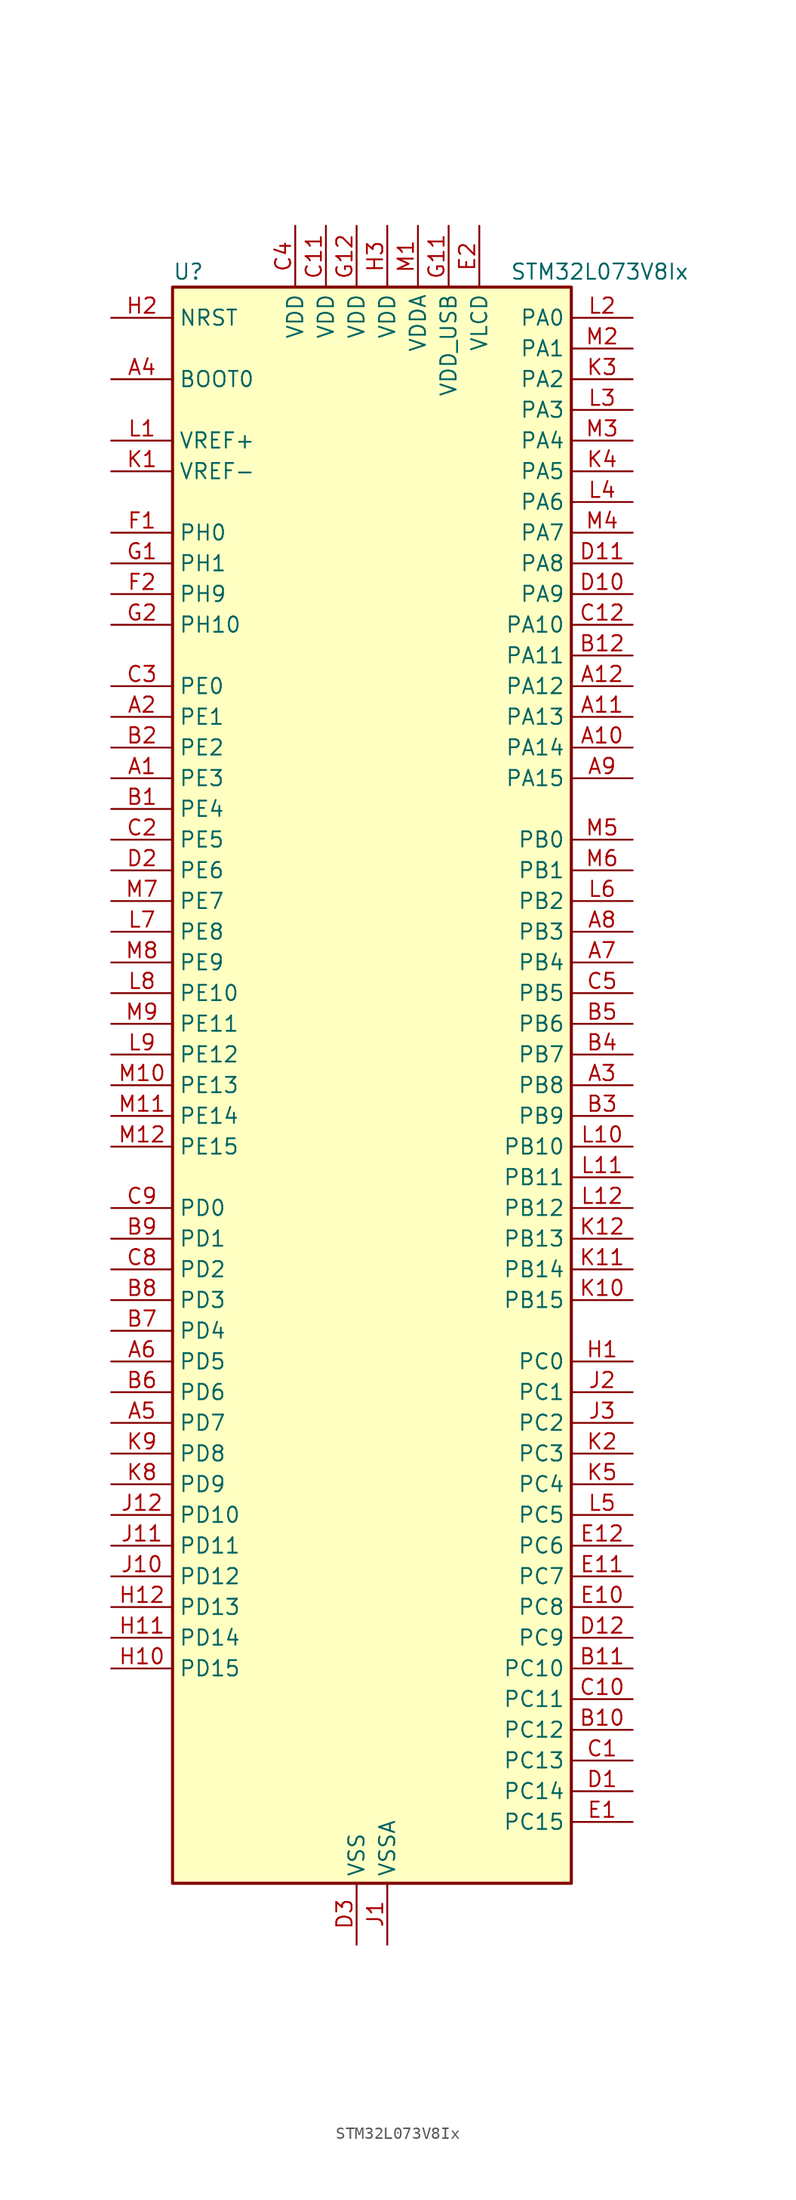
<source format=kicad_sym>
(kicad_symbol_lib
  (version 20231120)
  (generator "kicad_symbol_editor")
  (generator_version "8.0")
  (symbol "STM32L073V8Ix"
    (property "Reference" "U"
      (at -15.24 67.31 0)
      (effects (font (size 1.27 1.27)) (justify left)))
    (property "Value" "STM32L073V8Ix"
      (at 12.7 67.31 0)
      (effects (font (size 1.27 1.27)) (justify left)))
    (property "ki_locked" ""
      (at 0 0 0)
      (effects (font (size 1.27 1.27))))
    (symbol "STM32L073V8Ix_0_1"
      (rectangle (start -15.24 -66.04) (end 17.78 66.04) (stroke (width 0.254) (type default)) (fill (type background))))
    (symbol "STM32L073V8Ix_1_1"
      (pin bidirectional line (at -20.32 25.4 0) (length 5.08) (name "PE3" (effects (font (size 1.27 1.27)))) (number "A1" (effects (font (size 1.27 1.27)))) (alternate "LCD_SEG39" bidirectional line) (alternate "TIM22_CH1" bidirectional line) (alternate "TIM3_CH1" bidirectional line))
      (pin bidirectional line (at 22.86 27.94 180) (length 5.08) (name "PA14" (effects (font (size 1.27 1.27)))) (number "A10" (effects (font (size 1.27 1.27)))) (alternate "LPUART1_TX" bidirectional line) (alternate "SYS_SWCLK" bidirectional line) (alternate "USART2_TX" bidirectional line))
      (pin bidirectional line (at 22.86 30.48 180) (length 5.08) (name "PA13" (effects (font (size 1.27 1.27)))) (number "A11" (effects (font (size 1.27 1.27)))) (alternate "LPUART1_RX" bidirectional line) (alternate "SYS_SWDIO" bidirectional line) (alternate "USB_NOE" bidirectional line))
      (pin bidirectional line (at 22.86 33.02 180) (length 5.08) (name "PA12" (effects (font (size 1.27 1.27)))) (number "A12" (effects (font (size 1.27 1.27)))) (alternate "COMP2_OUT" bidirectional line) (alternate "SPI1_MOSI" bidirectional line) (alternate "TSC_G4_IO4" bidirectional line) (alternate "USART1_DE" bidirectional line) (alternate "USART1_RTS" bidirectional line) (alternate "USB_DP" bidirectional line))
      (pin bidirectional line (at -20.32 30.48 0) (length 5.08) (name "PE1" (effects (font (size 1.27 1.27)))) (number "A2" (effects (font (size 1.27 1.27)))) (alternate "LCD_SEG37" bidirectional line))
      (pin bidirectional line (at 22.86 0 180) (length 5.08) (name "PB8" (effects (font (size 1.27 1.27)))) (number "A3" (effects (font (size 1.27 1.27)))) (alternate "I2C1_SCL" bidirectional line) (alternate "LCD_SEG16" bidirectional line) (alternate "TSC_SYNC" bidirectional line))
      (pin input line (at -20.32 58.42 0) (length 5.08) (name "BOOT0" (effects (font (size 1.27 1.27)))) (number "A4" (effects (font (size 1.27 1.27)))))
      (pin bidirectional line (at -20.32 -27.94 0) (length 5.08) (name "PD7" (effects (font (size 1.27 1.27)))) (number "A5" (effects (font (size 1.27 1.27)))) (alternate "TIM21_CH2" bidirectional line) (alternate "USART2_CK" bidirectional line))
      (pin bidirectional line (at -20.32 -22.86 0) (length 5.08) (name "PD5" (effects (font (size 1.27 1.27)))) (number "A6" (effects (font (size 1.27 1.27)))) (alternate "USART2_TX" bidirectional line))
      (pin bidirectional line (at 22.86 10.16 180) (length 5.08) (name "PB4" (effects (font (size 1.27 1.27)))) (number "A7" (effects (font (size 1.27 1.27)))) (alternate "COMP2_INP" bidirectional line) (alternate "I2C3_SDA" bidirectional line) (alternate "LCD_SEG8" bidirectional line) (alternate "SPI1_MISO" bidirectional line) (alternate "TIM22_CH1" bidirectional line) (alternate "TIM3_CH1" bidirectional line) (alternate "TSC_G5_IO2" bidirectional line) (alternate "USART1_CTS" bidirectional line) (alternate "USART5_RX" bidirectional line))
      (pin bidirectional line (at 22.86 12.7 180) (length 5.08) (name "PB3" (effects (font (size 1.27 1.27)))) (number "A8" (effects (font (size 1.27 1.27)))) (alternate "COMP2_INM" bidirectional line) (alternate "LCD_SEG7" bidirectional line) (alternate "SPI1_SCK" bidirectional line) (alternate "TIM2_CH2" bidirectional line) (alternate "TSC_G5_IO1" bidirectional line) (alternate "USART1_DE" bidirectional line) (alternate "USART1_RTS" bidirectional line) (alternate "USART5_TX" bidirectional line))
      (pin bidirectional line (at 22.86 25.4 180) (length 5.08) (name "PA15" (effects (font (size 1.27 1.27)))) (number "A9" (effects (font (size 1.27 1.27)))) (alternate "LCD_SEG17" bidirectional line) (alternate "SPI1_NSS" bidirectional line) (alternate "TIM2_CH1" bidirectional line) (alternate "TIM2_ETR" bidirectional line) (alternate "USART2_RX" bidirectional line) (alternate "USART4_DE" bidirectional line) (alternate "USART4_RTS" bidirectional line))
      (pin bidirectional line (at -20.32 22.86 0) (length 5.08) (name "PE4" (effects (font (size 1.27 1.27)))) (number "B1" (effects (font (size 1.27 1.27)))) (alternate "TIM22_CH2" bidirectional line) (alternate "TIM3_CH2" bidirectional line))
      (pin bidirectional line (at 22.86 -53.34 180) (length 5.08) (name "PC12" (effects (font (size 1.27 1.27)))) (number "B10" (effects (font (size 1.27 1.27)))) (alternate "LCD_COM6" bidirectional line) (alternate "LCD_SEG30" bidirectional line) (alternate "LCD_SEG50" bidirectional line) (alternate "USART4_CK" bidirectional line) (alternate "USART5_TX" bidirectional line))
      (pin bidirectional line (at 22.86 -48.26 180) (length 5.08) (name "PC10" (effects (font (size 1.27 1.27)))) (number "B11" (effects (font (size 1.27 1.27)))) (alternate "LCD_COM4" bidirectional line) (alternate "LCD_SEG28" bidirectional line) (alternate "LCD_SEG48" bidirectional line) (alternate "LPUART1_TX" bidirectional line) (alternate "USART4_TX" bidirectional line))
      (pin bidirectional line (at 22.86 35.56 180) (length 5.08) (name "PA11" (effects (font (size 1.27 1.27)))) (number "B12" (effects (font (size 1.27 1.27)))) (alternate "ADC_EXTI11" bidirectional line) (alternate "COMP1_OUT" bidirectional line) (alternate "SPI1_MISO" bidirectional line) (alternate "TSC_G4_IO3" bidirectional line) (alternate "USART1_CTS" bidirectional line) (alternate "USB_DM" bidirectional line))
      (pin bidirectional line (at -20.32 27.94 0) (length 5.08) (name "PE2" (effects (font (size 1.27 1.27)))) (number "B2" (effects (font (size 1.27 1.27)))) (alternate "LCD_SEG38" bidirectional line) (alternate "TIM3_ETR" bidirectional line))
      (pin bidirectional line (at 22.86 -2.54 180) (length 5.08) (name "PB9" (effects (font (size 1.27 1.27)))) (number "B3" (effects (font (size 1.27 1.27)))) (alternate "DAC_EXTI9" bidirectional line) (alternate "I2C1_SDA" bidirectional line) (alternate "I2S2_WS" bidirectional line) (alternate "LCD_COM3" bidirectional line) (alternate "SPI2_NSS" bidirectional line))
      (pin bidirectional line (at 22.86 2.54 180) (length 5.08) (name "PB7" (effects (font (size 1.27 1.27)))) (number "B4" (effects (font (size 1.27 1.27)))) (alternate "COMP2_INP" bidirectional line) (alternate "I2C1_SDA" bidirectional line) (alternate "LPTIM1_IN2" bidirectional line) (alternate "SYS_PVD_IN" bidirectional line) (alternate "TSC_G5_IO4" bidirectional line) (alternate "USART1_RX" bidirectional line) (alternate "USART4_CTS" bidirectional line))
      (pin bidirectional line (at 22.86 5.08 180) (length 5.08) (name "PB6" (effects (font (size 1.27 1.27)))) (number "B5" (effects (font (size 1.27 1.27)))) (alternate "COMP2_INP" bidirectional line) (alternate "I2C1_SCL" bidirectional line) (alternate "LPTIM1_ETR" bidirectional line) (alternate "TSC_G5_IO3" bidirectional line) (alternate "USART1_TX" bidirectional line))
      (pin bidirectional line (at -20.32 -25.4 0) (length 5.08) (name "PD6" (effects (font (size 1.27 1.27)))) (number "B6" (effects (font (size 1.27 1.27)))) (alternate "USART2_RX" bidirectional line))
      (pin bidirectional line (at -20.32 -20.32 0) (length 5.08) (name "PD4" (effects (font (size 1.27 1.27)))) (number "B7" (effects (font (size 1.27 1.27)))) (alternate "I2S2_SD" bidirectional line) (alternate "SPI2_MOSI" bidirectional line) (alternate "USART2_DE" bidirectional line) (alternate "USART2_RTS" bidirectional line))
      (pin bidirectional line (at -20.32 -17.78 0) (length 5.08) (name "PD3" (effects (font (size 1.27 1.27)))) (number "B8" (effects (font (size 1.27 1.27)))) (alternate "I2S2_MCK" bidirectional line) (alternate "LCD_SEG44" bidirectional line) (alternate "SPI2_MISO" bidirectional line) (alternate "USART2_CTS" bidirectional line))
      (pin bidirectional line (at -20.32 -12.7 0) (length 5.08) (name "PD1" (effects (font (size 1.27 1.27)))) (number "B9" (effects (font (size 1.27 1.27)))) (alternate "I2S2_CK" bidirectional line) (alternate "SPI2_SCK" bidirectional line))
      (pin bidirectional line (at 22.86 -55.88 180) (length 5.08) (name "PC13" (effects (font (size 1.27 1.27)))) (number "C1" (effects (font (size 1.27 1.27)))) (alternate "RTC_OUT_ALARM" bidirectional line) (alternate "RTC_OUT_CALIB" bidirectional line) (alternate "RTC_TAMP1" bidirectional line) (alternate "RTC_TS" bidirectional line) (alternate "SYS_WKUP2" bidirectional line))
      (pin bidirectional line (at 22.86 -50.8 180) (length 5.08) (name "PC11" (effects (font (size 1.27 1.27)))) (number "C10" (effects (font (size 1.27 1.27)))) (alternate "ADC_EXTI11" bidirectional line) (alternate "LCD_COM5" bidirectional line) (alternate "LCD_SEG29" bidirectional line) (alternate "LCD_SEG49" bidirectional line) (alternate "LPUART1_RX" bidirectional line) (alternate "USART4_RX" bidirectional line))
      (pin power_in line (at -2.54 71.12 270) (length 5.08) (name "VDD" (effects (font (size 1.27 1.27)))) (number "C11" (effects (font (size 1.27 1.27)))))
      (pin bidirectional line (at 22.86 38.1 180) (length 5.08) (name "PA10" (effects (font (size 1.27 1.27)))) (number "C12" (effects (font (size 1.27 1.27)))) (alternate "I2C1_SDA" bidirectional line) (alternate "LCD_COM2" bidirectional line) (alternate "TSC_G4_IO2" bidirectional line) (alternate "USART1_RX" bidirectional line))
      (pin bidirectional line (at -20.32 20.32 0) (length 5.08) (name "PE5" (effects (font (size 1.27 1.27)))) (number "C2" (effects (font (size 1.27 1.27)))) (alternate "TIM21_CH1" bidirectional line) (alternate "TIM3_CH3" bidirectional line))
      (pin bidirectional line (at -20.32 33.02 0) (length 5.08) (name "PE0" (effects (font (size 1.27 1.27)))) (number "C3" (effects (font (size 1.27 1.27)))) (alternate "LCD_SEG36" bidirectional line))
      (pin power_in line (at -5.08 71.12 270) (length 5.08) (name "VDD" (effects (font (size 1.27 1.27)))) (number "C4" (effects (font (size 1.27 1.27)))))
      (pin bidirectional line (at 22.86 7.62 180) (length 5.08) (name "PB5" (effects (font (size 1.27 1.27)))) (number "C5" (effects (font (size 1.27 1.27)))) (alternate "COMP2_INP" bidirectional line) (alternate "I2C1_SMBA" bidirectional line) (alternate "LCD_SEG9" bidirectional line) (alternate "LPTIM1_IN1" bidirectional line) (alternate "SPI1_MOSI" bidirectional line) (alternate "TIM22_CH2" bidirectional line) (alternate "TIM3_CH2" bidirectional line) (alternate "USART1_CK" bidirectional line) (alternate "USART5_CK" bidirectional line) (alternate "USART5_DE" bidirectional line) (alternate "USART5_RTS" bidirectional line))
      (pin bidirectional line (at -20.32 -15.24 0) (length 5.08) (name "PD2" (effects (font (size 1.27 1.27)))) (number "C8" (effects (font (size 1.27 1.27)))) (alternate "LCD_COM7" bidirectional line) (alternate "LCD_SEG31" bidirectional line) (alternate "LCD_SEG51" bidirectional line) (alternate "LPUART1_DE" bidirectional line) (alternate "LPUART1_RTS" bidirectional line) (alternate "TIM3_ETR" bidirectional line) (alternate "USART5_RX" bidirectional line))
      (pin bidirectional line (at -20.32 -10.16 0) (length 5.08) (name "PD0" (effects (font (size 1.27 1.27)))) (number "C9" (effects (font (size 1.27 1.27)))) (alternate "I2S2_WS" bidirectional line) (alternate "SPI2_NSS" bidirectional line) (alternate "TIM21_CH1" bidirectional line))
      (pin bidirectional line (at 22.86 -58.42 180) (length 5.08) (name "PC14" (effects (font (size 1.27 1.27)))) (number "D1" (effects (font (size 1.27 1.27)))) (alternate "RCC_OSC32_IN" bidirectional line))
      (pin bidirectional line (at 22.86 40.64 180) (length 5.08) (name "PA9" (effects (font (size 1.27 1.27)))) (number "D10" (effects (font (size 1.27 1.27)))) (alternate "DAC_EXTI9" bidirectional line) (alternate "I2C1_SCL" bidirectional line) (alternate "I2C3_SMBA" bidirectional line) (alternate "LCD_COM1" bidirectional line) (alternate "RCC_MCO" bidirectional line) (alternate "TSC_G4_IO1" bidirectional line) (alternate "USART1_TX" bidirectional line))
      (pin bidirectional line (at 22.86 43.18 180) (length 5.08) (name "PA8" (effects (font (size 1.27 1.27)))) (number "D11" (effects (font (size 1.27 1.27)))) (alternate "CRS_SYNC" bidirectional line) (alternate "I2C3_SCL" bidirectional line) (alternate "LCD_COM0" bidirectional line) (alternate "RCC_MCO" bidirectional line) (alternate "USART1_CK" bidirectional line))
      (pin bidirectional line (at 22.86 -45.72 180) (length 5.08) (name "PC9" (effects (font (size 1.27 1.27)))) (number "D12" (effects (font (size 1.27 1.27)))) (alternate "DAC_EXTI9" bidirectional line) (alternate "I2C3_SDA" bidirectional line) (alternate "LCD_SEG27" bidirectional line) (alternate "TIM21_ETR" bidirectional line) (alternate "TIM3_CH4" bidirectional line) (alternate "TSC_G8_IO4" bidirectional line) (alternate "USB_NOE" bidirectional line))
      (pin bidirectional line (at -20.32 17.78 0) (length 5.08) (name "PE6" (effects (font (size 1.27 1.27)))) (number "D2" (effects (font (size 1.27 1.27)))) (alternate "RTC_TAMP3" bidirectional line) (alternate "SYS_WKUP3" bidirectional line) (alternate "TIM21_CH2" bidirectional line) (alternate "TIM3_CH4" bidirectional line))
      (pin power_in line (at 0 -71.12 90) (length 5.08) (name "VSS" (effects (font (size 1.27 1.27)))) (number "D3" (effects (font (size 1.27 1.27)))))
      (pin bidirectional line (at 22.86 -60.96 180) (length 5.08) (name "PC15" (effects (font (size 1.27 1.27)))) (number "E1" (effects (font (size 1.27 1.27)))) (alternate "RCC_OSC32_OUT" bidirectional line))
      (pin bidirectional line (at 22.86 -43.18 180) (length 5.08) (name "PC8" (effects (font (size 1.27 1.27)))) (number "E10" (effects (font (size 1.27 1.27)))) (alternate "LCD_SEG26" bidirectional line) (alternate "TIM22_ETR" bidirectional line) (alternate "TIM3_CH3" bidirectional line) (alternate "TSC_G8_IO3" bidirectional line))
      (pin bidirectional line (at 22.86 -40.64 180) (length 5.08) (name "PC7" (effects (font (size 1.27 1.27)))) (number "E11" (effects (font (size 1.27 1.27)))) (alternate "LCD_SEG25" bidirectional line) (alternate "TIM22_CH2" bidirectional line) (alternate "TIM3_CH2" bidirectional line) (alternate "TSC_G8_IO2" bidirectional line))
      (pin bidirectional line (at 22.86 -38.1 180) (length 5.08) (name "PC6" (effects (font (size 1.27 1.27)))) (number "E12" (effects (font (size 1.27 1.27)))) (alternate "LCD_SEG24" bidirectional line) (alternate "TIM22_CH1" bidirectional line) (alternate "TIM3_CH1" bidirectional line) (alternate "TSC_G8_IO1" bidirectional line))
      (pin power_in line (at 10.16 71.12 270) (length 5.08) (name "VLCD" (effects (font (size 1.27 1.27)))) (number "E2" (effects (font (size 1.27 1.27)))))
      (pin passive line (at 0 -71.12 90) (length 5.08) hide (name "VSS" (effects (font (size 1.27 1.27)))) (number "E3" (effects (font (size 1.27 1.27)))))
      (pin bidirectional line (at -20.32 45.72 0) (length 5.08) (name "PH0" (effects (font (size 1.27 1.27)))) (number "F1" (effects (font (size 1.27 1.27)))) (alternate "CRS_SYNC" bidirectional line) (alternate "RCC_OSC_IN" bidirectional line))
      (pin passive line (at 0 -71.12 90) (length 5.08) hide (name "VSS" (effects (font (size 1.27 1.27)))) (number "F11" (effects (font (size 1.27 1.27)))))
      (pin passive line (at 0 -71.12 90) (length 5.08) hide (name "VSS" (effects (font (size 1.27 1.27)))) (number "F12" (effects (font (size 1.27 1.27)))))
      (pin bidirectional line (at -20.32 40.64 0) (length 5.08) (name "PH9" (effects (font (size 1.27 1.27)))) (number "F2" (effects (font (size 1.27 1.27)))) (alternate "DAC_EXTI9" bidirectional line))
      (pin bidirectional line (at -20.32 43.18 0) (length 5.08) (name "PH1" (effects (font (size 1.27 1.27)))) (number "G1" (effects (font (size 1.27 1.27)))) (alternate "RCC_OSC_OUT" bidirectional line))
      (pin power_in line (at 7.62 71.12 270) (length 5.08) (name "VDD_USB" (effects (font (size 1.27 1.27)))) (number "G11" (effects (font (size 1.27 1.27)))))
      (pin power_in line (at 0 71.12 270) (length 5.08) (name "VDD" (effects (font (size 1.27 1.27)))) (number "G12" (effects (font (size 1.27 1.27)))))
      (pin bidirectional line (at -20.32 38.1 0) (length 5.08) (name "PH10" (effects (font (size 1.27 1.27)))) (number "G2" (effects (font (size 1.27 1.27)))))
      (pin bidirectional line (at 22.86 -22.86 180) (length 5.08) (name "PC0" (effects (font (size 1.27 1.27)))) (number "H1" (effects (font (size 1.27 1.27)))) (alternate "ADC_IN10" bidirectional line) (alternate "I2C3_SCL" bidirectional line) (alternate "LCD_SEG18" bidirectional line) (alternate "LPTIM1_IN1" bidirectional line) (alternate "LPUART1_RX" bidirectional line) (alternate "TSC_G7_IO1" bidirectional line))
      (pin bidirectional line (at -20.32 -48.26 0) (length 5.08) (name "PD15" (effects (font (size 1.27 1.27)))) (number "H10" (effects (font (size 1.27 1.27)))) (alternate "CRS_SYNC" bidirectional line) (alternate "LCD_SEG35" bidirectional line))
      (pin bidirectional line (at -20.32 -45.72 0) (length 5.08) (name "PD14" (effects (font (size 1.27 1.27)))) (number "H11" (effects (font (size 1.27 1.27)))) (alternate "LCD_SEG34" bidirectional line))
      (pin bidirectional line (at -20.32 -43.18 0) (length 5.08) (name "PD13" (effects (font (size 1.27 1.27)))) (number "H12" (effects (font (size 1.27 1.27)))) (alternate "LCD_SEG33" bidirectional line))
      (pin input line (at -20.32 63.5 0) (length 5.08) (name "NRST" (effects (font (size 1.27 1.27)))) (number "H2" (effects (font (size 1.27 1.27)))))
      (pin power_in line (at 2.54 71.12 270) (length 5.08) (name "VDD" (effects (font (size 1.27 1.27)))) (number "H3" (effects (font (size 1.27 1.27)))))
      (pin power_in line (at 2.54 -71.12 90) (length 5.08) (name "VSSA" (effects (font (size 1.27 1.27)))) (number "J1" (effects (font (size 1.27 1.27)))))
      (pin bidirectional line (at -20.32 -40.64 0) (length 5.08) (name "PD12" (effects (font (size 1.27 1.27)))) (number "J10" (effects (font (size 1.27 1.27)))) (alternate "LCD_SEG32" bidirectional line) (alternate "LPUART1_DE" bidirectional line) (alternate "LPUART1_RTS" bidirectional line))
      (pin bidirectional line (at -20.32 -38.1 0) (length 5.08) (name "PD11" (effects (font (size 1.27 1.27)))) (number "J11" (effects (font (size 1.27 1.27)))) (alternate "ADC_EXTI11" bidirectional line) (alternate "LCD_SEG31" bidirectional line) (alternate "LPUART1_CTS" bidirectional line))
      (pin bidirectional line (at -20.32 -35.56 0) (length 5.08) (name "PD10" (effects (font (size 1.27 1.27)))) (number "J12" (effects (font (size 1.27 1.27)))) (alternate "LCD_SEG30" bidirectional line))
      (pin bidirectional line (at 22.86 -25.4 180) (length 5.08) (name "PC1" (effects (font (size 1.27 1.27)))) (number "J2" (effects (font (size 1.27 1.27)))) (alternate "ADC_IN11" bidirectional line) (alternate "I2C3_SDA" bidirectional line) (alternate "LCD_SEG19" bidirectional line) (alternate "LPTIM1_OUT" bidirectional line) (alternate "LPUART1_TX" bidirectional line) (alternate "TSC_G7_IO2" bidirectional line))
      (pin bidirectional line (at 22.86 -27.94 180) (length 5.08) (name "PC2" (effects (font (size 1.27 1.27)))) (number "J3" (effects (font (size 1.27 1.27)))) (alternate "ADC_IN12" bidirectional line) (alternate "I2S2_MCK" bidirectional line) (alternate "LCD_SEG20" bidirectional line) (alternate "LPTIM1_IN2" bidirectional line) (alternate "SPI2_MISO" bidirectional line) (alternate "TSC_G7_IO3" bidirectional line))
      (pin input line (at -20.32 50.8 0) (length 5.08) (name "VREF-" (effects (font (size 1.27 1.27)))) (number "K1" (effects (font (size 1.27 1.27)))))
      (pin bidirectional line (at 22.86 -17.78 180) (length 5.08) (name "PB15" (effects (font (size 1.27 1.27)))) (number "K10" (effects (font (size 1.27 1.27)))) (alternate "I2S2_SD" bidirectional line) (alternate "LCD_SEG15" bidirectional line) (alternate "RTC_REFIN" bidirectional line) (alternate "SPI2_MOSI" bidirectional line))
      (pin bidirectional line (at 22.86 -15.24 180) (length 5.08) (name "PB14" (effects (font (size 1.27 1.27)))) (number "K11" (effects (font (size 1.27 1.27)))) (alternate "I2C2_SDA" bidirectional line) (alternate "I2S2_MCK" bidirectional line) (alternate "LCD_SEG14" bidirectional line) (alternate "LPUART1_DE" bidirectional line) (alternate "LPUART1_RTS" bidirectional line) (alternate "RTC_OUT_ALARM" bidirectional line) (alternate "RTC_OUT_CALIB" bidirectional line) (alternate "SPI2_MISO" bidirectional line) (alternate "TIM21_CH2" bidirectional line) (alternate "TSC_G6_IO4" bidirectional line))
      (pin bidirectional line (at 22.86 -12.7 180) (length 5.08) (name "PB13" (effects (font (size 1.27 1.27)))) (number "K12" (effects (font (size 1.27 1.27)))) (alternate "I2C2_SCL" bidirectional line) (alternate "I2S2_CK" bidirectional line) (alternate "LCD_SEG13" bidirectional line) (alternate "LPUART1_CTS" bidirectional line) (alternate "RCC_MCO" bidirectional line) (alternate "SPI2_SCK" bidirectional line) (alternate "TIM21_CH1" bidirectional line) (alternate "TSC_G6_IO3" bidirectional line))
      (pin bidirectional line (at 22.86 -30.48 180) (length 5.08) (name "PC3" (effects (font (size 1.27 1.27)))) (number "K2" (effects (font (size 1.27 1.27)))) (alternate "ADC_IN13" bidirectional line) (alternate "I2S2_SD" bidirectional line) (alternate "LCD_SEG21" bidirectional line) (alternate "LPTIM1_ETR" bidirectional line) (alternate "SPI2_MOSI" bidirectional line) (alternate "TSC_G7_IO4" bidirectional line))
      (pin bidirectional line (at 22.86 58.42 180) (length 5.08) (name "PA2" (effects (font (size 1.27 1.27)))) (number "K3" (effects (font (size 1.27 1.27)))) (alternate "ADC_IN2" bidirectional line) (alternate "COMP2_INM" bidirectional line) (alternate "COMP2_OUT" bidirectional line) (alternate "LCD_SEG1" bidirectional line) (alternate "LPUART1_TX" bidirectional line) (alternate "TIM21_CH1" bidirectional line) (alternate "TIM2_CH3" bidirectional line) (alternate "TSC_G1_IO3" bidirectional line) (alternate "USART2_TX" bidirectional line))
      (pin bidirectional line (at 22.86 50.8 180) (length 5.08) (name "PA5" (effects (font (size 1.27 1.27)))) (number "K4" (effects (font (size 1.27 1.27)))) (alternate "ADC_IN5" bidirectional line) (alternate "COMP1_INM" bidirectional line) (alternate "COMP2_INM" bidirectional line) (alternate "DAC_OUT2" bidirectional line) (alternate "SPI1_SCK" bidirectional line) (alternate "TIM2_CH1" bidirectional line) (alternate "TIM2_ETR" bidirectional line) (alternate "TSC_G2_IO2" bidirectional line))
      (pin bidirectional line (at 22.86 -33.02 180) (length 5.08) (name "PC4" (effects (font (size 1.27 1.27)))) (number "K5" (effects (font (size 1.27 1.27)))) (alternate "ADC_IN14" bidirectional line) (alternate "LCD_SEG22" bidirectional line) (alternate "LPUART1_TX" bidirectional line))
      (pin bidirectional line (at -20.32 -33.02 0) (length 5.08) (name "PD9" (effects (font (size 1.27 1.27)))) (number "K8" (effects (font (size 1.27 1.27)))) (alternate "DAC_EXTI9" bidirectional line) (alternate "LCD_SEG29" bidirectional line) (alternate "LPUART1_RX" bidirectional line))
      (pin bidirectional line (at -20.32 -30.48 0) (length 5.08) (name "PD8" (effects (font (size 1.27 1.27)))) (number "K9" (effects (font (size 1.27 1.27)))) (alternate "LCD_SEG28" bidirectional line) (alternate "LPUART1_TX" bidirectional line))
      (pin input line (at -20.32 53.34 0) (length 5.08) (name "VREF+" (effects (font (size 1.27 1.27)))) (number "L1" (effects (font (size 1.27 1.27)))))
      (pin bidirectional line (at 22.86 -5.08 180) (length 5.08) (name "PB10" (effects (font (size 1.27 1.27)))) (number "L10" (effects (font (size 1.27 1.27)))) (alternate "I2C2_SCL" bidirectional line) (alternate "LCD_SEG10" bidirectional line) (alternate "LPUART1_RX" bidirectional line) (alternate "LPUART1_TX" bidirectional line) (alternate "SPI2_SCK" bidirectional line) (alternate "TIM2_CH3" bidirectional line) (alternate "TSC_SYNC" bidirectional line))
      (pin bidirectional line (at 22.86 -7.62 180) (length 5.08) (name "PB11" (effects (font (size 1.27 1.27)))) (number "L11" (effects (font (size 1.27 1.27)))) (alternate "ADC_EXTI11" bidirectional line) (alternate "I2C2_SDA" bidirectional line) (alternate "LCD_SEG11" bidirectional line) (alternate "LPUART1_RX" bidirectional line) (alternate "LPUART1_TX" bidirectional line) (alternate "TIM2_CH4" bidirectional line) (alternate "TSC_G6_IO1" bidirectional line))
      (pin bidirectional line (at 22.86 -10.16 180) (length 5.08) (name "PB12" (effects (font (size 1.27 1.27)))) (number "L12" (effects (font (size 1.27 1.27)))) (alternate "I2S2_WS" bidirectional line) (alternate "LCD_SEG12" bidirectional line) (alternate "LCD_VLCD2" bidirectional line) (alternate "LPUART1_DE" bidirectional line) (alternate "LPUART1_RTS" bidirectional line) (alternate "SPI2_NSS" bidirectional line) (alternate "TSC_G6_IO2" bidirectional line))
      (pin bidirectional line (at 22.86 63.5 180) (length 5.08) (name "PA0" (effects (font (size 1.27 1.27)))) (number "L2" (effects (font (size 1.27 1.27)))) (alternate "ADC_IN0" bidirectional line) (alternate "COMP1_INM" bidirectional line) (alternate "COMP1_OUT" bidirectional line) (alternate "RTC_TAMP2" bidirectional line) (alternate "SYS_WKUP1" bidirectional line) (alternate "TIM2_CH1" bidirectional line) (alternate "TIM2_ETR" bidirectional line) (alternate "TSC_G1_IO1" bidirectional line) (alternate "USART2_CTS" bidirectional line) (alternate "USART4_TX" bidirectional line))
      (pin bidirectional line (at 22.86 55.88 180) (length 5.08) (name "PA3" (effects (font (size 1.27 1.27)))) (number "L3" (effects (font (size 1.27 1.27)))) (alternate "ADC_IN3" bidirectional line) (alternate "COMP2_INP" bidirectional line) (alternate "LCD_SEG2" bidirectional line) (alternate "LPUART1_RX" bidirectional line) (alternate "TIM21_CH2" bidirectional line) (alternate "TIM2_CH4" bidirectional line) (alternate "TSC_G1_IO4" bidirectional line) (alternate "USART2_RX" bidirectional line))
      (pin bidirectional line (at 22.86 48.26 180) (length 5.08) (name "PA6" (effects (font (size 1.27 1.27)))) (number "L4" (effects (font (size 1.27 1.27)))) (alternate "ADC_IN6" bidirectional line) (alternate "COMP1_OUT" bidirectional line) (alternate "LCD_SEG3" bidirectional line) (alternate "LPUART1_CTS" bidirectional line) (alternate "SPI1_MISO" bidirectional line) (alternate "TIM22_CH1" bidirectional line) (alternate "TIM3_CH1" bidirectional line) (alternate "TSC_G2_IO3" bidirectional line))
      (pin bidirectional line (at 22.86 -35.56 180) (length 5.08) (name "PC5" (effects (font (size 1.27 1.27)))) (number "L5" (effects (font (size 1.27 1.27)))) (alternate "ADC_IN15" bidirectional line) (alternate "LCD_SEG23" bidirectional line) (alternate "LPUART1_RX" bidirectional line) (alternate "TSC_G3_IO1" bidirectional line))
      (pin bidirectional line (at 22.86 15.24 180) (length 5.08) (name "PB2" (effects (font (size 1.27 1.27)))) (number "L6" (effects (font (size 1.27 1.27)))) (alternate "I2C3_SMBA" bidirectional line) (alternate "LCD_VLCD2" bidirectional line) (alternate "LPTIM1_OUT" bidirectional line) (alternate "TSC_G3_IO4" bidirectional line))
      (pin bidirectional line (at -20.32 12.7 0) (length 5.08) (name "PE8" (effects (font (size 1.27 1.27)))) (number "L7" (effects (font (size 1.27 1.27)))) (alternate "LCD_SEG46" bidirectional line) (alternate "USART4_TX" bidirectional line))
      (pin bidirectional line (at -20.32 7.62 0) (length 5.08) (name "PE10" (effects (font (size 1.27 1.27)))) (number "L8" (effects (font (size 1.27 1.27)))) (alternate "LCD_SEG40" bidirectional line) (alternate "TIM2_CH2" bidirectional line) (alternate "USART5_TX" bidirectional line))
      (pin bidirectional line (at -20.32 2.54 0) (length 5.08) (name "PE12" (effects (font (size 1.27 1.27)))) (number "L9" (effects (font (size 1.27 1.27)))) (alternate "LCD_VLCD3" bidirectional line) (alternate "SPI1_NSS" bidirectional line) (alternate "TIM2_CH4" bidirectional line))
      (pin power_in line (at 5.08 71.12 270) (length 5.08) (name "VDDA" (effects (font (size 1.27 1.27)))) (number "M1" (effects (font (size 1.27 1.27)))))
      (pin bidirectional line (at -20.32 0 0) (length 5.08) (name "PE13" (effects (font (size 1.27 1.27)))) (number "M10" (effects (font (size 1.27 1.27)))) (alternate "LCD_SEG41" bidirectional line) (alternate "SPI1_SCK" bidirectional line))
      (pin bidirectional line (at -20.32 -2.54 0) (length 5.08) (name "PE14" (effects (font (size 1.27 1.27)))) (number "M11" (effects (font (size 1.27 1.27)))) (alternate "LCD_SEG42" bidirectional line) (alternate "SPI1_MISO" bidirectional line))
      (pin bidirectional line (at -20.32 -5.08 0) (length 5.08) (name "PE15" (effects (font (size 1.27 1.27)))) (number "M12" (effects (font (size 1.27 1.27)))) (alternate "LCD_SEG43" bidirectional line) (alternate "SPI1_MOSI" bidirectional line))
      (pin bidirectional line (at 22.86 60.96 180) (length 5.08) (name "PA1" (effects (font (size 1.27 1.27)))) (number "M2" (effects (font (size 1.27 1.27)))) (alternate "ADC_IN1" bidirectional line) (alternate "COMP1_INP" bidirectional line) (alternate "LCD_SEG0" bidirectional line) (alternate "TIM21_ETR" bidirectional line) (alternate "TIM2_CH2" bidirectional line) (alternate "TSC_G1_IO2" bidirectional line) (alternate "USART2_DE" bidirectional line) (alternate "USART2_RTS" bidirectional line) (alternate "USART4_RX" bidirectional line))
      (pin bidirectional line (at 22.86 53.34 180) (length 5.08) (name "PA4" (effects (font (size 1.27 1.27)))) (number "M3" (effects (font (size 1.27 1.27)))) (alternate "ADC_IN4" bidirectional line) (alternate "COMP1_INM" bidirectional line) (alternate "COMP2_INM" bidirectional line) (alternate "DAC_OUT1" bidirectional line) (alternate "SPI1_NSS" bidirectional line) (alternate "TIM22_ETR" bidirectional line) (alternate "TSC_G2_IO1" bidirectional line) (alternate "USART2_CK" bidirectional line))
      (pin bidirectional line (at 22.86 45.72 180) (length 5.08) (name "PA7" (effects (font (size 1.27 1.27)))) (number "M4" (effects (font (size 1.27 1.27)))) (alternate "ADC_IN7" bidirectional line) (alternate "COMP2_OUT" bidirectional line) (alternate "LCD_SEG4" bidirectional line) (alternate "SPI1_MOSI" bidirectional line) (alternate "TIM22_CH2" bidirectional line) (alternate "TIM3_CH2" bidirectional line) (alternate "TSC_G2_IO4" bidirectional line))
      (pin bidirectional line (at 22.86 20.32 180) (length 5.08) (name "PB0" (effects (font (size 1.27 1.27)))) (number "M5" (effects (font (size 1.27 1.27)))) (alternate "ADC_IN8" bidirectional line) (alternate "LCD_SEG5" bidirectional line) (alternate "LCD_VLCD3" bidirectional line) (alternate "SYS_VREF_OUT_PB0" bidirectional line) (alternate "TIM3_CH3" bidirectional line) (alternate "TSC_G3_IO2" bidirectional line))
      (pin bidirectional line (at 22.86 17.78 180) (length 5.08) (name "PB1" (effects (font (size 1.27 1.27)))) (number "M6" (effects (font (size 1.27 1.27)))) (alternate "ADC_IN9" bidirectional line) (alternate "LCD_SEG6" bidirectional line) (alternate "LPUART1_DE" bidirectional line) (alternate "LPUART1_RTS" bidirectional line) (alternate "SYS_VREF_OUT_PB1" bidirectional line) (alternate "TIM3_CH4" bidirectional line) (alternate "TSC_G3_IO3" bidirectional line))
      (pin bidirectional line (at -20.32 15.24 0) (length 5.08) (name "PE7" (effects (font (size 1.27 1.27)))) (number "M7" (effects (font (size 1.27 1.27)))) (alternate "LCD_SEG45" bidirectional line) (alternate "USART5_CK" bidirectional line) (alternate "USART5_DE" bidirectional line) (alternate "USART5_RTS" bidirectional line))
      (pin bidirectional line (at -20.32 10.16 0) (length 5.08) (name "PE9" (effects (font (size 1.27 1.27)))) (number "M8" (effects (font (size 1.27 1.27)))) (alternate "DAC_EXTI9" bidirectional line) (alternate "LCD_SEG47" bidirectional line) (alternate "TIM2_CH1" bidirectional line) (alternate "TIM2_ETR" bidirectional line) (alternate "USART4_RX" bidirectional line))
      (pin bidirectional line (at -20.32 5.08 0) (length 5.08) (name "PE11" (effects (font (size 1.27 1.27)))) (number "M9" (effects (font (size 1.27 1.27)))) (alternate "ADC_EXTI11" bidirectional line) (alternate "LCD_VLCD1" bidirectional line) (alternate "TIM2_CH3" bidirectional line) (alternate "USART5_RX" bidirectional line)))))
</source>
